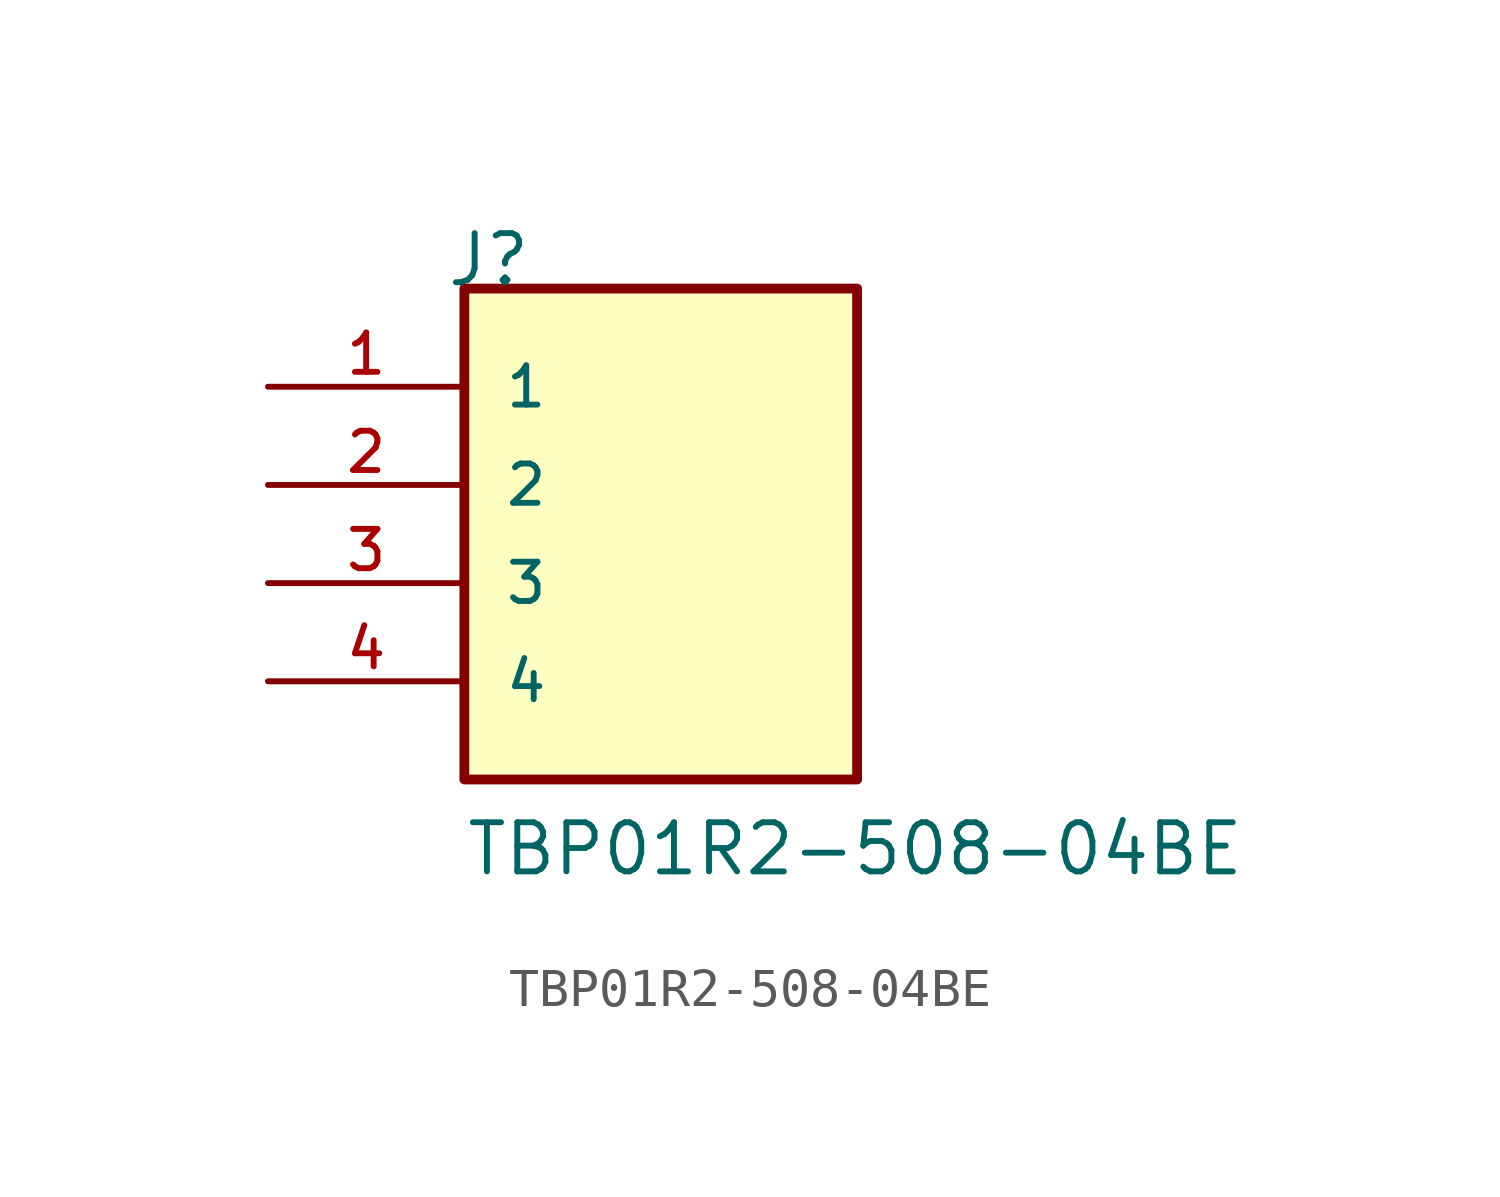
<source format=kicad_sym>
(kicad_symbol_lib
  (version 20211014)
  (generator kicad_symbol_editor)
  (symbol "TBP01R2-508-04BE"
    (pin_names
      (offset 1.016))
    (property "Reference" "J"
      (at -5.58 7.62 0)
      (effects (font (size 1.27 1.27)) (justify bottom left)))
    (property "Value" "TBP01R2-508-04BE"
      (at -5.08 -7.62 0)
      (effects (font (size 1.27 1.27)) (justify bottom left)))
    (symbol "TBP01R2-508-04BE_0_0"
      (rectangle (start -5.08 -5.08) (end 5.08 7.62) (stroke (width 0.254)) (fill (type background)))
      (pin passive line (at -10.16 5.08 0) (length 5.08) (name "1" (effects (font (size 1.016 1.016)))) (number "1" (effects (font (size 1.016 1.016)))))
      (pin passive line (at -10.16 2.54 0) (length 5.08) (name "2" (effects (font (size 1.016 1.016)))) (number "2" (effects (font (size 1.016 1.016)))))
      (pin passive line (at -10.16 0.0 0) (length 5.08) (name "3" (effects (font (size 1.016 1.016)))) (number "3" (effects (font (size 1.016 1.016)))))
      (pin passive line (at -10.16 -2.54 0) (length 5.08) (name "4" (effects (font (size 1.016 1.016)))) (number "4" (effects (font (size 1.016 1.016))))))))
</source>
